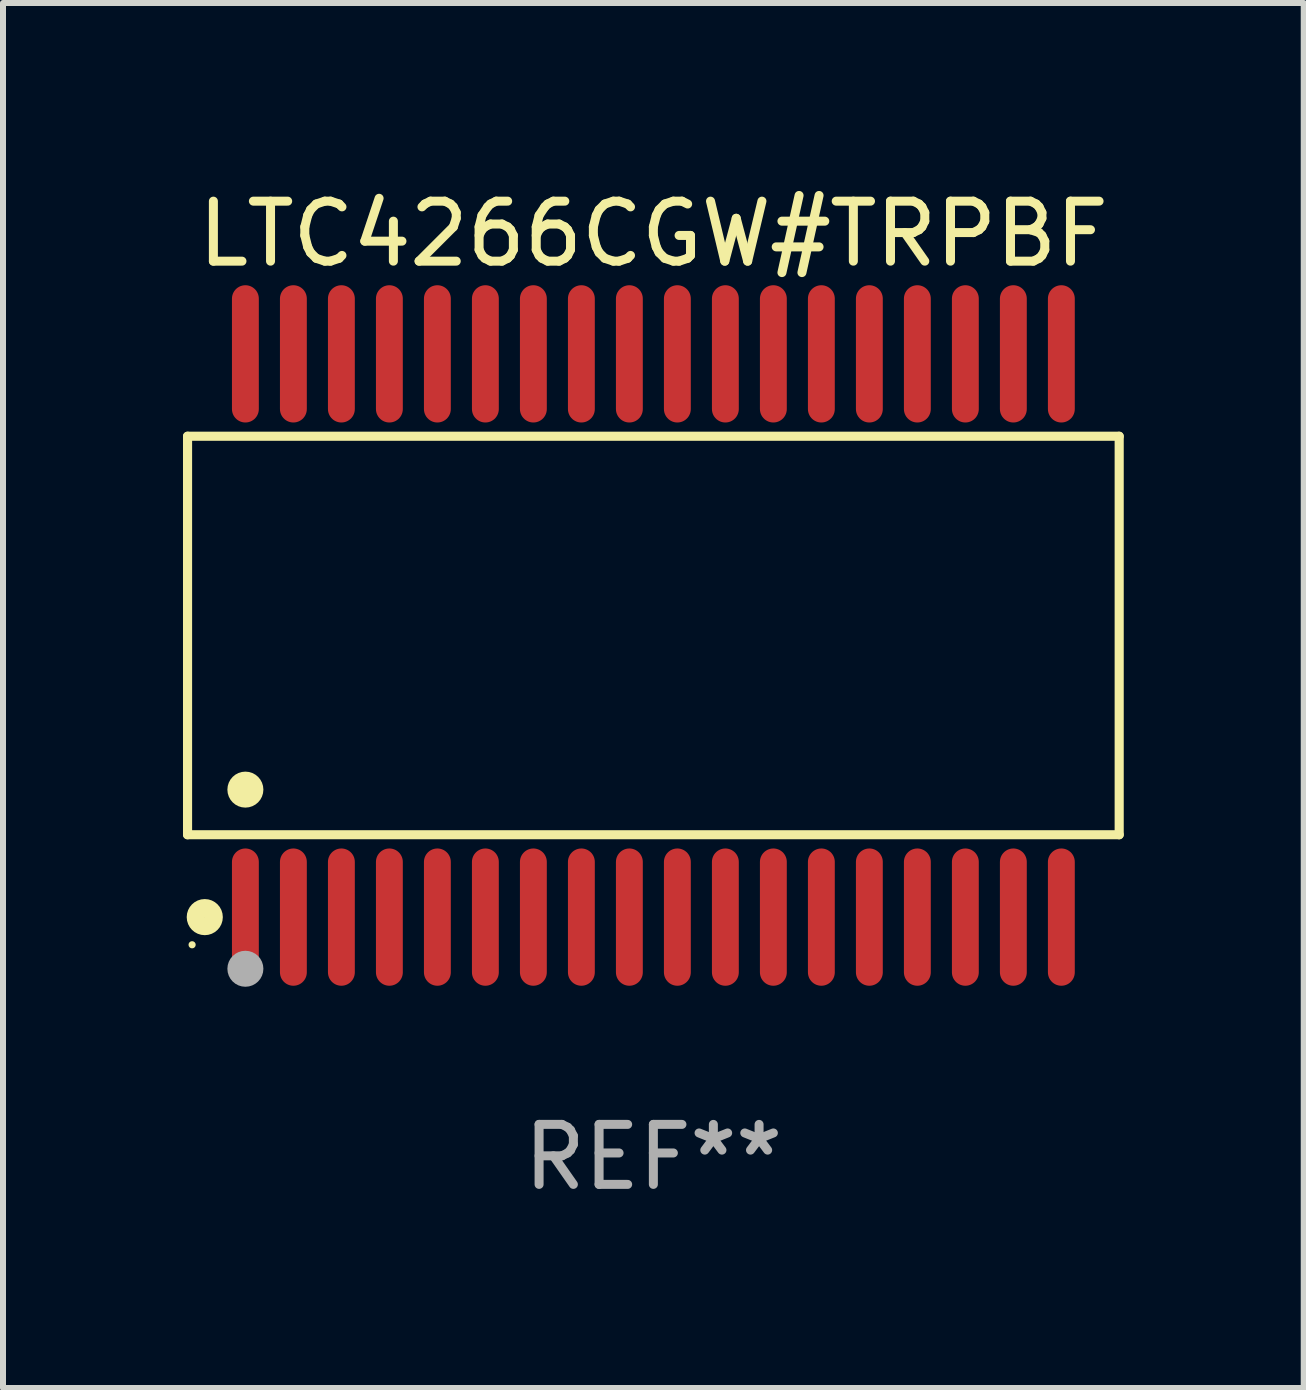
<source format=kicad_pcb>
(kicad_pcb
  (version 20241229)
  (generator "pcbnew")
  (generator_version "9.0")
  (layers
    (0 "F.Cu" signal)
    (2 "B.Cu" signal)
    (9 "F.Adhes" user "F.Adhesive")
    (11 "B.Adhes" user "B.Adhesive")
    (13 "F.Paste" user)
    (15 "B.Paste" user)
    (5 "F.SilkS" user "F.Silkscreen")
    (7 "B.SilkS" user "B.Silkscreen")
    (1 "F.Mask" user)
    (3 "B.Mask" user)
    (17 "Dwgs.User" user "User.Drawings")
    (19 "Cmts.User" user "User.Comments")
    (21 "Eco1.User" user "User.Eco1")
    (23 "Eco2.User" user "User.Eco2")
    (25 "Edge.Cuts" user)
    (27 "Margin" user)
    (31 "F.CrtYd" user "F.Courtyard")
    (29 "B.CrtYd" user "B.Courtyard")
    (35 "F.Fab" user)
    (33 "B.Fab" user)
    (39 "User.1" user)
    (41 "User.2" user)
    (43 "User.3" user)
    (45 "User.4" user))
  (footprint "LTC4266CGW#TRPBF"
    (layer "F.Cu")
    (at 7.84 7.542)
    (property "Reference" "LTC4266CGW#TRPBF" (at 0 -6.694 0) (layer "F.SilkS") (effects (font (size 1 1) (thickness 0.15))))
    (attr through_hole)
    (fp_line (start -7.764 -3.321) (end 7.764 -3.321) (stroke (width 0.152) (type solid)) (layer "F.SilkS"))
    (fp_line (start -7.764 3.321) (end -7.764 -3.321) (stroke (width 0.152) (type solid)) (layer "F.SilkS"))
    (fp_line (start 7.764 -3.321) (end 7.764 3.321) (stroke (width 0.152) (type solid)) (layer "F.SilkS"))
    (fp_line (start 7.764 3.321) (end -7.764 3.321) (stroke (width 0.152) (type solid)) (layer "F.SilkS"))
    (fp_circle (center -7.688 5.155) (end -7.658 5.155) (stroke (width 0.06) (type solid)) (fill no) (layer "F.SilkS"))
    (fp_circle (center -7.477 4.694) (end -7.326 4.694) (stroke (width 0.3) (type solid)) (fill no) (layer "F.SilkS"))
    (fp_circle (center -6.8 2.569) (end -6.65 2.569) (stroke (width 0.3) (type solid)) (fill no) (layer "F.SilkS"))
    (fp_circle (center -6.8 5.555) (end -6.65 5.555) (stroke (width 0.3) (type solid)) (fill no) (layer "F.Fab"))
    (fp_text user "REF**" (at 0 8.694 0) (layer "F.Fab") (effects (font (size 1 1) (thickness 0.15))))
    (pad "1" smd oval (at -6.8 4.694) (size 0.448 2.288) (layers "F.Cu" "F.Mask" "F.Paste"))
    (pad "2" smd oval (at -6 4.694) (size 0.448 2.288) (layers "F.Cu" "F.Mask" "F.Paste"))
    (pad "3" smd oval (at -5.2 4.694) (size 0.448 2.288) (layers "F.Cu" "F.Mask" "F.Paste"))
    (pad "4" smd oval (at -4.4 4.694) (size 0.448 2.288) (layers "F.Cu" "F.Mask" "F.Paste"))
    (pad "5" smd oval (at -3.6 4.694) (size 0.448 2.288) (layers "F.Cu" "F.Mask" "F.Paste"))
    (pad "6" smd oval (at -2.8 4.694) (size 0.448 2.288) (layers "F.Cu" "F.Mask" "F.Paste"))
    (pad "7" smd oval (at -2 4.694) (size 0.448 2.288) (layers "F.Cu" "F.Mask" "F.Paste"))
    (pad "8" smd oval (at -1.2 4.694) (size 0.448 2.288) (layers "F.Cu" "F.Mask" "F.Paste"))
    (pad "9" smd oval (at -0.4 4.694) (size 0.448 2.288) (layers "F.Cu" "F.Mask" "F.Paste"))
    (pad "10" smd oval (at 0.4 4.694) (size 0.448 2.288) (layers "F.Cu" "F.Mask" "F.Paste"))
    (pad "11" smd oval (at 1.2 4.694) (size 0.448 2.288) (layers "F.Cu" "F.Mask" "F.Paste"))
    (pad "12" smd oval (at 2 4.694) (size 0.448 2.288) (layers "F.Cu" "F.Mask" "F.Paste"))
    (pad "13" smd oval (at 2.8 4.694) (size 0.448 2.288) (layers "F.Cu" "F.Mask" "F.Paste"))
    (pad "14" smd oval (at 3.6 4.694) (size 0.448 2.288) (layers "F.Cu" "F.Mask" "F.Paste"))
    (pad "15" smd oval (at 4.4 4.694) (size 0.448 2.288) (layers "F.Cu" "F.Mask" "F.Paste"))
    (pad "16" smd oval (at 5.2 4.694) (size 0.448 2.288) (layers "F.Cu" "F.Mask" "F.Paste"))
    (pad "17" smd oval (at 6 4.694) (size 0.448 2.288) (layers "F.Cu" "F.Mask" "F.Paste"))
    (pad "18" smd oval (at 6.8 4.694) (size 0.448 2.288) (layers "F.Cu" "F.Mask" "F.Paste"))
    (pad "19" smd oval (at 6.8 -4.694) (size 0.448 2.288) (layers "F.Cu" "F.Mask" "F.Paste"))
    (pad "20" smd oval (at 6 -4.694) (size 0.448 2.288) (layers "F.Cu" "F.Mask" "F.Paste"))
    (pad "21" smd oval (at 5.2 -4.694) (size 0.448 2.288) (layers "F.Cu" "F.Mask" "F.Paste"))
    (pad "22" smd oval (at 4.4 -4.694) (size 0.448 2.288) (layers "F.Cu" "F.Mask" "F.Paste"))
    (pad "23" smd oval (at 3.6 -4.694) (size 0.448 2.288) (layers "F.Cu" "F.Mask" "F.Paste"))
    (pad "24" smd oval (at 2.8 -4.694) (size 0.448 2.288) (layers "F.Cu" "F.Mask" "F.Paste"))
    (pad "25" smd oval (at 2 -4.694) (size 0.448 2.288) (layers "F.Cu" "F.Mask" "F.Paste"))
    (pad "26" smd oval (at 1.2 -4.694) (size 0.448 2.288) (layers "F.Cu" "F.Mask" "F.Paste"))
    (pad "27" smd oval (at 0.4 -4.694) (size 0.448 2.288) (layers "F.Cu" "F.Mask" "F.Paste"))
    (pad "28" smd oval (at -0.4 -4.694) (size 0.448 2.288) (layers "F.Cu" "F.Mask" "F.Paste"))
    (pad "29" smd oval (at -1.2 -4.694) (size 0.448 2.288) (layers "F.Cu" "F.Mask" "F.Paste"))
    (pad "30" smd oval (at -2 -4.694) (size 0.448 2.288) (layers "F.Cu" "F.Mask" "F.Paste"))
    (pad "31" smd oval (at -2.8 -4.694) (size 0.448 2.288) (layers "F.Cu" "F.Mask" "F.Paste"))
    (pad "32" smd oval (at -3.6 -4.694) (size 0.448 2.288) (layers "F.Cu" "F.Mask" "F.Paste"))
    (pad "33" smd oval (at -4.4 -4.694) (size 0.448 2.288) (layers "F.Cu" "F.Mask" "F.Paste"))
    (pad "34" smd oval (at -5.2 -4.694) (size 0.448 2.288) (layers "F.Cu" "F.Mask" "F.Paste"))
    (pad "35" smd oval (at -6 -4.694) (size 0.448 2.288) (layers "F.Cu" "F.Mask" "F.Paste"))
    (pad "36" smd oval (at -6.8 -4.694) (size 0.448 2.288) (layers "F.Cu" "F.Mask" "F.Paste")))
  (gr_rect
    (start -3 -3)
    (end 18.68 20.084)
    (stroke (width 0.1) (type default))
    (fill no)
    (layer "Edge.Cuts")))
</source>
